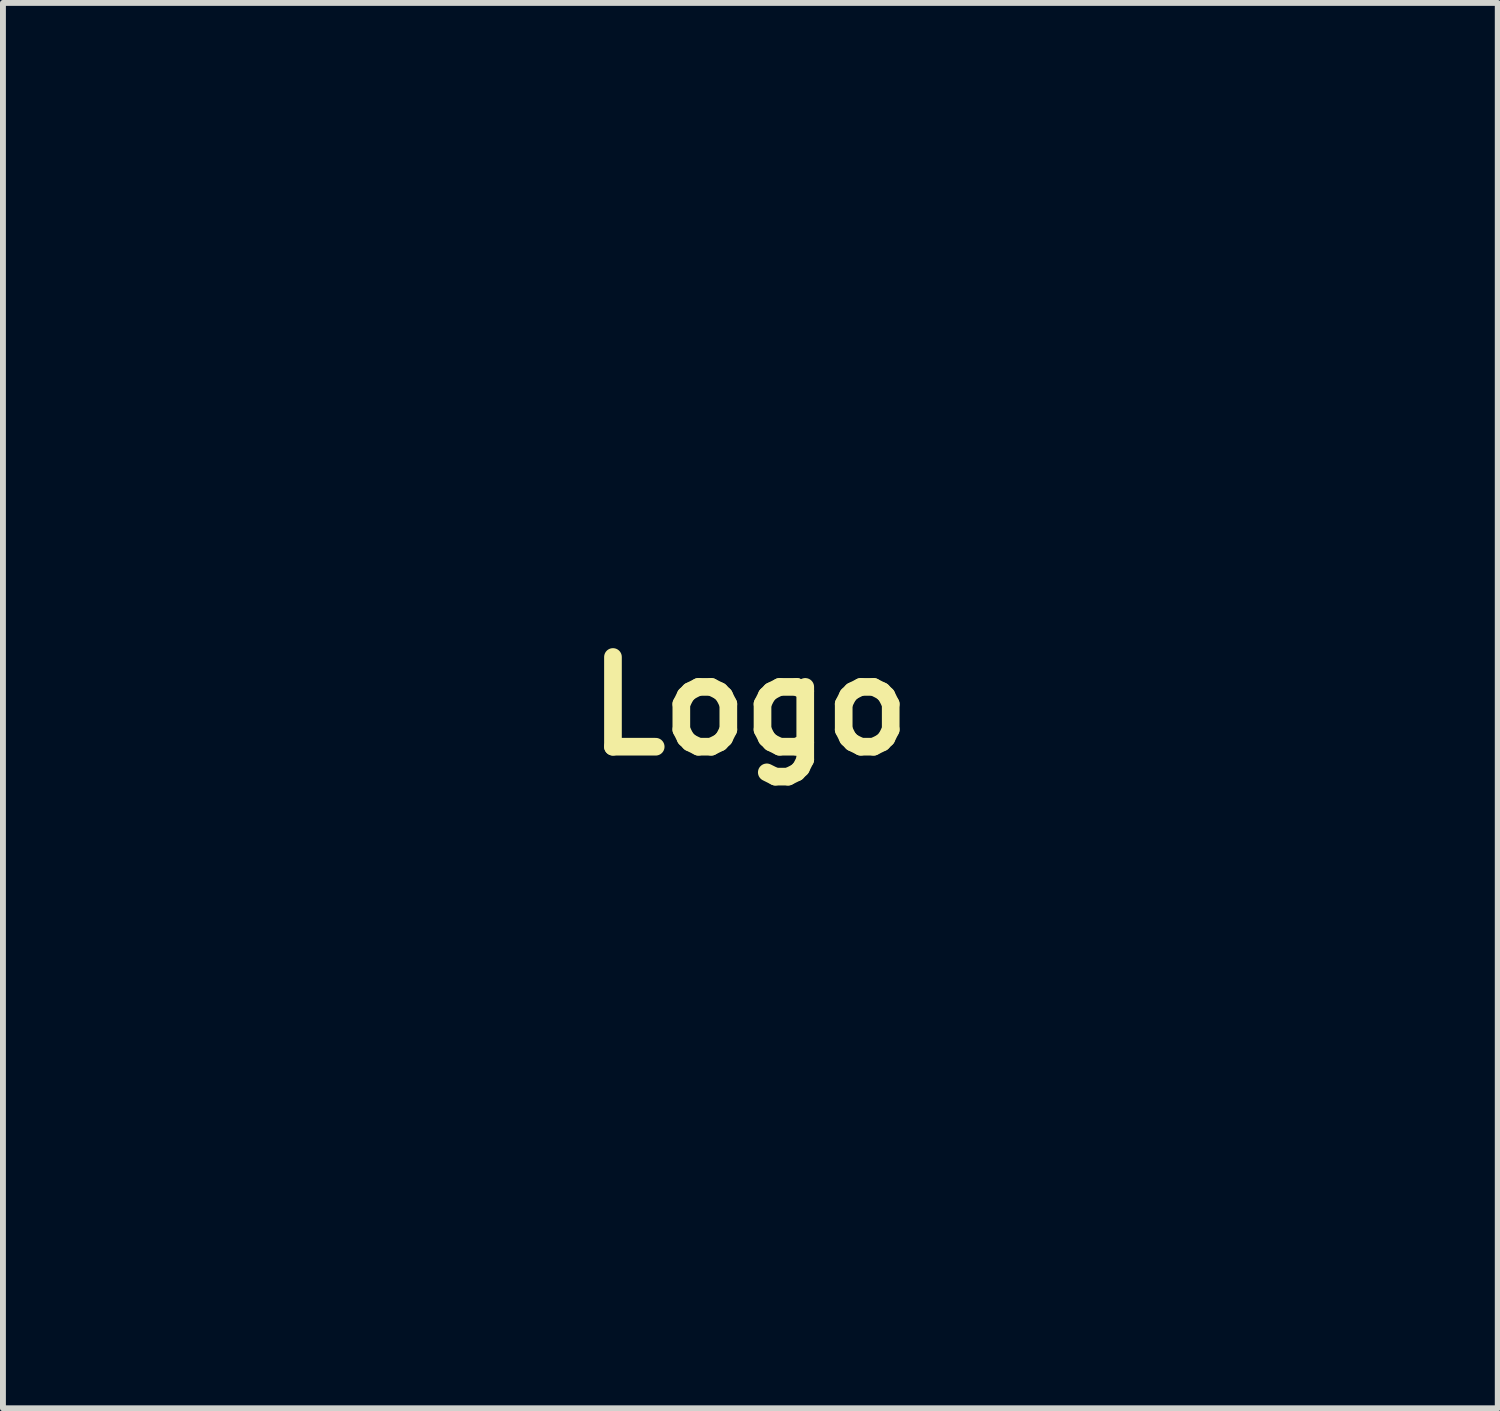
<source format=kicad_pcb>
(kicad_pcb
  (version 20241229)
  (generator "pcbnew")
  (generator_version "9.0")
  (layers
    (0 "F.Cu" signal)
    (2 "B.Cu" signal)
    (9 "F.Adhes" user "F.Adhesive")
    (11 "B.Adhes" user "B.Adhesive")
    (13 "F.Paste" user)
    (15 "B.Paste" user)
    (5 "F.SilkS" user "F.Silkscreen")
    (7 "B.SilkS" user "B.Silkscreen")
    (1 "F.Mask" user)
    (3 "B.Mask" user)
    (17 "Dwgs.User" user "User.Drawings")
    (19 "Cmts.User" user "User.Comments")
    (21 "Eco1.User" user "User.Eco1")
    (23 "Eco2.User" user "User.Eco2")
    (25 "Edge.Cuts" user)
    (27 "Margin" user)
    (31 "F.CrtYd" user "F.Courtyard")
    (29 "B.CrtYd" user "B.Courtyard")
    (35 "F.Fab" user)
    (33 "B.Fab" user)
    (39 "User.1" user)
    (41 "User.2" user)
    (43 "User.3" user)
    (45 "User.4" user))
  (footprint "Logo"
    (layer "F.Cu")
    (at 9.683 8.943)
    (property "Reference" "Logo" (at 0 0 0) (layer "F.SilkS") (effects (font (size 1.524 1.524) (thickness 0.3))))
    (attr through_hole)
    (fp_poly (pts (xy -6.338 0.792) (xy -6.336 0.969) (xy -6.335 1.172) (xy -6.336 1.378) (xy -6.337 1.568) (xy -6.338 1.637) (xy -6.344 2.058) (xy -7.023 1.666) (xy -7.185 1.572) (xy -7.336 1.484) (xy -7.472 1.405) (xy -7.586 1.338) (xy -7.674 1.285) (xy -7.732 1.251) (xy -7.751 1.239) (xy -7.762 1.229) (xy -7.765 1.218) (xy -7.757 1.202) (xy -7.734 1.181) (xy -7.691 1.151) (xy -7.627 1.11) (xy -7.537 1.055) (xy -7.418 0.985) (xy -7.266 0.897) (xy -7.077 0.789) (xy -7.072 0.786) (xy -6.344 0.367)) (stroke (width 0) (type solid)) (fill yes) (layer "F.Mask"))
    (fp_poly (pts (xy 0.803 -1.932) (xy 0.024 -1.482) (xy -0.148 -1.383) (xy -0.307 -1.291) (xy -0.45 -1.21) (xy -0.571 -1.141) (xy -0.667 -1.087) (xy -0.733 -1.05) (xy -0.765 -1.033) (xy -0.767 -1.033) (xy -0.77 -1.055) (xy -0.772 -1.118) (xy -0.774 -1.217) (xy -0.775 -1.348) (xy -0.776 -1.504) (xy -0.776 -1.683) (xy -0.775 -1.878) (xy -0.775 -1.942) (xy -0.769 -2.851) (xy -0.505 -3.005) (xy -0.409 -3.06) (xy -0.283 -3.134) (xy -0.135 -3.219) (xy 0.024 -3.311) (xy 0.185 -3.404) (xy 0.281 -3.459) (xy 0.803 -3.761)) (stroke (width 0) (type solid)) (fill yes) (layer "F.Mask"))
    (fp_poly (pts (xy -3.815 -2.427) (xy -3.656 -2.335) (xy -3.495 -2.242) (xy -3.339 -2.152) (xy -3.199 -2.071) (xy -3.083 -2.005) (xy -3.029 -1.974) (xy -2.765 -1.822) (xy -2.758 -1.536) (xy -2.752 -1.25) (xy -3.527 -0.805) (xy -3.699 -0.706) (xy -3.859 -0.614) (xy -4.002 -0.532) (xy -4.123 -0.463) (xy -4.219 -0.407) (xy -4.286 -0.37) (xy -4.317 -0.352) (xy -4.319 -0.35) (xy -4.323 -0.371) (xy -4.326 -0.433) (xy -4.329 -0.533) (xy -4.331 -0.666) (xy -4.333 -0.827) (xy -4.335 -1.014) (xy -4.336 -1.221) (xy -4.337 -1.445) (xy -4.337 -1.535) (xy -4.337 -2.728)) (stroke (width 0) (type solid)) (fill yes) (layer "F.Mask"))
    (fp_poly (pts (xy 4.349 3.831) (xy 4.353 3.892) (xy 4.356 3.986) (xy 4.358 4.105) (xy 4.359 4.244) (xy 4.36 4.302) (xy 4.359 4.447) (xy 4.357 4.575) (xy 4.353 4.679) (xy 4.349 4.753) (xy 4.344 4.791) (xy 4.342 4.794) (xy 4.318 4.783) (xy 4.261 4.751) (xy 4.176 4.704) (xy 4.07 4.643) (xy 3.949 4.573) (xy 3.913 4.552) (xy 3.789 4.48) (xy 3.68 4.416) (xy 3.59 4.363) (xy 3.527 4.325) (xy 3.495 4.305) (xy 3.493 4.304) (xy 3.51 4.291) (xy 3.559 4.259) (xy 3.635 4.213) (xy 3.729 4.157) (xy 3.836 4.094) (xy 3.948 4.029) (xy 4.058 3.966) (xy 4.159 3.908) (xy 4.245 3.86) (xy 4.308 3.826) (xy 4.341 3.81) (xy 4.344 3.809)) (stroke (width 0) (type solid)) (fill yes) (layer "F.Mask"))
    (fp_poly (pts (xy 4.956 1.278) (xy 4.955 1.847) (xy 4.698 1.994) (xy 4.597 2.052) (xy 4.508 2.106) (xy 4.439 2.148) (xy 4.401 2.174) (xy 4.4 2.175) (xy 4.388 2.189) (xy 4.379 2.21) (xy 4.372 2.244) (xy 4.367 2.296) (xy 4.363 2.371) (xy 4.361 2.474) (xy 4.36 2.61) (xy 4.359 2.784) (xy 4.359 2.889) (xy 4.358 3.568) (xy 3.976 3.786) (xy 3.847 3.859) (xy 3.725 3.929) (xy 3.617 3.99) (xy 3.533 4.039) (xy 3.483 4.067) (xy 3.373 4.131) (xy 3.373 2.874) (xy 3.374 1.618) (xy 4.031 1.239) (xy 4.196 1.144) (xy 4.354 1.053) (xy 4.499 0.97) (xy 4.626 0.897) (xy 4.728 0.839) (xy 4.799 0.798) (xy 4.822 0.785) (xy 4.956 0.709)) (stroke (width 0) (type solid)) (fill yes) (layer "F.Mask"))
    (fp_poly (pts (xy 4.601 2.443) (xy 4.659 2.475) (xy 4.747 2.525) (xy 4.862 2.59) (xy 5 2.668) (xy 5.155 2.758) (xy 5.324 2.855) (xy 5.371 2.882) (xy 6.149 3.331) (xy 6.149 4.58) (xy 6.149 4.814) (xy 6.148 5.034) (xy 6.147 5.236) (xy 6.145 5.415) (xy 6.143 5.567) (xy 6.14 5.687) (xy 6.137 5.773) (xy 6.134 5.819) (xy 6.132 5.827) (xy 6.109 5.815) (xy 6.051 5.783) (xy 5.961 5.733) (xy 5.846 5.667) (xy 5.708 5.588) (xy 5.552 5.499) (xy 5.383 5.401) (xy 5.34 5.377) (xy 4.566 4.928) (xy 4.566 3.68) (xy 4.566 3.446) (xy 4.567 3.226) (xy 4.568 3.024) (xy 4.569 2.845) (xy 4.571 2.693) (xy 4.573 2.572) (xy 4.575 2.486) (xy 4.578 2.439) (xy 4.579 2.432)) (stroke (width 0) (type solid)) (fill yes) (layer "F.Mask"))
    (fp_poly (pts (xy 7.925 2.455) (xy 7.928 2.519) (xy 7.931 2.62) (xy 7.933 2.755) (xy 7.935 2.919) (xy 7.937 3.108) (xy 7.938 3.318) (xy 7.939 3.545) (xy 7.939 3.679) (xy 7.939 4.925) (xy 7.167 5.371) (xy 6.996 5.47) (xy 6.836 5.562) (xy 6.694 5.644) (xy 6.572 5.713) (xy 6.476 5.768) (xy 6.41 5.806) (xy 6.378 5.823) (xy 6.376 5.824) (xy 6.372 5.803) (xy 6.368 5.74) (xy 6.365 5.638) (xy 6.363 5.501) (xy 6.362 5.332) (xy 6.361 5.135) (xy 6.36 4.913) (xy 6.361 4.67) (xy 6.361 4.577) (xy 6.367 3.322) (xy 7.136 2.877) (xy 7.307 2.779) (xy 7.466 2.688) (xy 7.608 2.607) (xy 7.728 2.538) (xy 7.824 2.485) (xy 7.889 2.449) (xy 7.92 2.433) (xy 7.922 2.433)) (stroke (width 0) (type solid)) (fill yes) (layer "F.Mask"))
    (fp_poly (pts (xy 9.684 6.217) (xy 9.69 6.234) (xy 9.696 6.266) (xy 9.699 6.319) (xy 9.702 6.396) (xy 9.704 6.502) (xy 9.705 6.64) (xy 9.706 6.814) (xy 9.706 7.029) (xy 9.706 7.107) (xy 9.706 8.021) (xy 8.934 8.467) (xy 8.762 8.567) (xy 8.602 8.659) (xy 8.46 8.741) (xy 8.338 8.811) (xy 8.242 8.866) (xy 8.176 8.903) (xy 8.144 8.921) (xy 8.142 8.922) (xy 8.138 8.901) (xy 8.134 8.84) (xy 8.131 8.742) (xy 8.129 8.613) (xy 8.128 8.457) (xy 8.127 8.279) (xy 8.128 8.084) (xy 8.128 8.017) (xy 8.134 7.104) (xy 8.88 6.672) (xy 9.049 6.573) (xy 9.208 6.482) (xy 9.35 6.399) (xy 9.471 6.329) (xy 9.567 6.273) (xy 9.633 6.235) (xy 9.665 6.217) (xy 9.666 6.217) (xy 9.676 6.213)) (stroke (width 0) (type solid)) (fill yes) (layer "F.Mask"))
    (fp_poly (pts (xy -4.303 2.099) (xy -4.246 2.131) (xy -4.158 2.18) (xy -4.043 2.246) (xy -3.905 2.324) (xy -3.75 2.413) (xy -3.581 2.511) (xy -3.533 2.538) (xy -2.753 2.988) (xy -2.753 4.924) (xy -3.525 5.37) (xy -3.697 5.47) (xy -3.856 5.561) (xy -3.999 5.643) (xy -4.12 5.713) (xy -4.216 5.768) (xy -4.283 5.806) (xy -4.315 5.823) (xy -4.317 5.824) (xy -4.32 5.803) (xy -4.323 5.739) (xy -4.326 5.635) (xy -4.328 5.495) (xy -4.33 5.322) (xy -4.332 5.118) (xy -4.334 4.887) (xy -4.335 4.632) (xy -4.336 4.357) (xy -4.337 4.063) (xy -4.337 3.96) (xy -4.336 3.671) (xy -4.336 3.396) (xy -4.335 3.138) (xy -4.335 2.901) (xy -4.333 2.687) (xy -4.332 2.5) (xy -4.331 2.344) (xy -4.329 2.222) (xy -4.328 2.137) (xy -4.326 2.094) (xy -4.325 2.088)) (stroke (width 0) (type solid)) (fill yes) (layer "F.Mask"))
    (fp_poly (pts (xy 4.061 0.062) (xy 4.233 0.162) (xy 4.391 0.255) (xy 4.533 0.338) (xy 4.653 0.409) (xy 4.746 0.465) (xy 4.81 0.505) (xy 4.84 0.525) (xy 4.841 0.526) (xy 4.822 0.54) (xy 4.769 0.573) (xy 4.686 0.624) (xy 4.579 0.687) (xy 4.453 0.761) (xy 4.314 0.843) (xy 4.167 0.929) (xy 4.017 1.016) (xy 3.869 1.102) (xy 3.729 1.182) (xy 3.602 1.254) (xy 3.493 1.316) (xy 3.42 1.356) (xy 3.27 1.438) (xy 2.495 0.989) (xy 2.324 0.889) (xy 2.167 0.797) (xy 2.027 0.713) (xy 1.909 0.642) (xy 1.817 0.585) (xy 1.755 0.545) (xy 1.727 0.524) (xy 1.727 0.523) (xy 1.747 0.508) (xy 1.803 0.473) (xy 1.89 0.42) (xy 2.004 0.352) (xy 2.141 0.271) (xy 2.296 0.181) (xy 2.464 0.083) (xy 2.506 0.058) (xy 3.28 -0.389)) (stroke (width 0) (type solid)) (fill yes) (layer "F.Mask"))
    (fp_poly (pts (xy 1.4 1.27) (xy 1.4 2.184) (xy 1.399 2.383) (xy 1.399 2.568) (xy 1.398 2.733) (xy 1.398 2.872) (xy 1.397 2.982) (xy 1.396 3.058) (xy 1.394 3.094) (xy 1.394 3.096) (xy 1.374 3.085) (xy 1.316 3.052) (xy 1.223 2.998) (xy 1.097 2.926) (xy 0.941 2.836) (xy 0.755 2.729) (xy 0.544 2.607) (xy 0.309 2.471) (xy 0.051 2.322) (xy -0.225 2.162) (xy -0.519 1.993) (xy -0.828 1.814) (xy -1.15 1.628) (xy -1.417 1.474) (xy -1.747 1.283) (xy -2.067 1.098) (xy -2.373 0.92) (xy -2.663 0.752) (xy -2.936 0.594) (xy -3.189 0.447) (xy -3.419 0.312) (xy -3.625 0.192) (xy -3.805 0.088) (xy -3.955 -0.000493) (xy -4.074 -0.071) (xy -4.159 -0.121) (xy -4.209 -0.152) (xy -4.222 -0.16) (xy -4.203 -0.174) (xy -4.148 -0.208) (xy -4.062 -0.26) (xy -3.949 -0.327) (xy -3.813 -0.407) (xy -3.659 -0.498) (xy -3.49 -0.595) (xy -3.441 -0.624) (xy -2.661 -1.074)) (stroke (width 0) (type solid)) (fill yes) (layer "F.Mask"))
    (fp_poly (pts (xy 1.763 0.798) (xy 1.916 0.887) (xy 2.079 0.981) (xy 2.246 1.077) (xy 2.413 1.174) (xy 2.574 1.268) (xy 2.726 1.356) (xy 2.862 1.435) (xy 2.978 1.503) (xy 3.07 1.557) (xy 3.132 1.594) (xy 3.16 1.611) (xy 3.161 1.612) (xy 3.167 1.627) (xy 3.173 1.662) (xy 3.177 1.722) (xy 3.181 1.808) (xy 3.184 1.923) (xy 3.186 2.071) (xy 3.188 2.255) (xy 3.189 2.477) (xy 3.189 2.741) (xy 3.189 2.871) (xy 3.189 3.151) (xy 3.188 3.389) (xy 3.187 3.586) (xy 3.185 3.747) (xy 3.183 3.873) (xy 3.18 3.969) (xy 3.176 4.037) (xy 3.171 4.08) (xy 3.165 4.102) (xy 3.161 4.105) (xy 3.135 4.094) (xy 3.074 4.062) (xy 2.983 4.011) (xy 2.865 3.946) (xy 2.726 3.867) (xy 2.569 3.778) (xy 2.4 3.681) (xy 2.37 3.664) (xy 1.608 3.224) (xy 1.607 1.966) (xy 1.607 1.731) (xy 1.608 1.511) (xy 1.609 1.309) (xy 1.611 1.13) (xy 1.613 0.978) (xy 1.615 0.858) (xy 1.618 0.772) (xy 1.621 0.726) (xy 1.623 0.718)) (stroke (width 0) (type solid)) (fill yes) (layer "F.Mask"))
    (fp_poly (pts (xy 6.278 1.353) (xy 6.338 1.384) (xy 6.427 1.433) (xy 6.538 1.495) (xy 6.667 1.568) (xy 6.809 1.649) (xy 6.958 1.736) (xy 7.11 1.824) (xy 7.259 1.912) (xy 7.4 1.995) (xy 7.528 2.072) (xy 7.638 2.139) (xy 7.724 2.193) (xy 7.782 2.231) (xy 7.807 2.25) (xy 7.807 2.251) (xy 7.781 2.268) (xy 7.722 2.304) (xy 7.633 2.357) (xy 7.52 2.423) (xy 7.39 2.499) (xy 7.246 2.582) (xy 7.095 2.669) (xy 6.942 2.756) (xy 6.792 2.842) (xy 6.651 2.922) (xy 6.524 2.994) (xy 6.417 3.054) (xy 6.334 3.1) (xy 6.281 3.128) (xy 6.265 3.136) (xy 6.238 3.127) (xy 6.176 3.097) (xy 6.083 3.048) (xy 5.964 2.984) (xy 5.824 2.907) (xy 5.667 2.819) (xy 5.498 2.722) (xy 5.474 2.708) (xy 5.304 2.61) (xy 5.146 2.518) (xy 5.005 2.436) (xy 4.886 2.366) (xy 4.792 2.31) (xy 4.729 2.272) (xy 4.7 2.254) (xy 4.699 2.253) (xy 4.714 2.238) (xy 4.764 2.204) (xy 4.844 2.153) (xy 4.948 2.089) (xy 5.072 2.014) (xy 5.21 1.931) (xy 5.357 1.844) (xy 5.508 1.755) (xy 5.658 1.668) (xy 5.802 1.585) (xy 5.935 1.51) (xy 6.05 1.445) (xy 6.145 1.393) (xy 6.212 1.358) (xy 6.248 1.343) (xy 6.251 1.342)) (stroke (width 0) (type solid)) (fill yes) (layer "F.Mask"))
    (fp_poly (pts (xy 8.059 5.128) (xy 8.118 5.159) (xy 8.206 5.207) (xy 8.318 5.269) (xy 8.447 5.342) (xy 8.59 5.423) (xy 8.74 5.509) (xy 8.893 5.597) (xy 9.043 5.684) (xy 9.184 5.767) (xy 9.313 5.842) (xy 9.423 5.908) (xy 9.51 5.961) (xy 9.567 5.997) (xy 9.591 6.014) (xy 9.591 6.015) (xy 9.572 6.028) (xy 9.518 6.062) (xy 9.435 6.112) (xy 9.328 6.176) (xy 9.201 6.25) (xy 9.061 6.333) (xy 8.912 6.42) (xy 8.76 6.509) (xy 8.609 6.597) (xy 8.465 6.68) (xy 8.332 6.756) (xy 8.218 6.822) (xy 8.125 6.874) (xy 8.06 6.91) (xy 8.028 6.927) (xy 8.025 6.927) (xy 8.005 6.916) (xy 7.949 6.884) (xy 7.862 6.834) (xy 7.748 6.768) (xy 7.612 6.689) (xy 7.458 6.6) (xy 7.29 6.503) (xy 7.251 6.48) (xy 7.08 6.381) (xy 6.922 6.288) (xy 6.781 6.205) (xy 6.662 6.134) (xy 6.569 6.078) (xy 6.506 6.038) (xy 6.478 6.019) (xy 6.477 6.017) (xy 6.494 6.002) (xy 6.547 5.968) (xy 6.629 5.917) (xy 6.736 5.853) (xy 6.862 5.779) (xy 7.002 5.696) (xy 7.15 5.61) (xy 7.302 5.522) (xy 7.453 5.435) (xy 7.597 5.353) (xy 7.729 5.279) (xy 7.843 5.215) (xy 7.935 5.165) (xy 8 5.131) (xy 8.032 5.117) (xy 8.033 5.117)) (stroke (width 0) (type solid)) (fill yes) (layer "F.Mask"))
    (fp_poly (pts (xy -9.57 -7.809) (xy -9.54 -7.791) (xy -9.471 -7.752) (xy -9.367 -7.692) (xy -9.228 -7.612) (xy -9.058 -7.513) (xy -8.857 -7.397) (xy -8.627 -7.265) (xy -8.372 -7.117) (xy -8.091 -6.955) (xy -7.788 -6.78) (xy -7.464 -6.593) (xy -7.12 -6.395) (xy -6.76 -6.187) (xy -6.385 -5.971) (xy -5.996 -5.746) (xy -5.596 -5.515) (xy -5.223 -5.3) (xy -0.988 -2.857) (xy -0.987 -1.945) (xy -0.988 -1.745) (xy -0.989 -1.561) (xy -0.99 -1.397) (xy -0.993 -1.257) (xy -0.996 -1.148) (xy -0.999 -1.073) (xy -1.003 -1.037) (xy -1.004 -1.035) (xy -1.027 -1.047) (xy -1.085 -1.079) (xy -1.174 -1.129) (xy -1.289 -1.195) (xy -1.427 -1.274) (xy -1.581 -1.364) (xy -1.749 -1.462) (xy -1.778 -1.478) (xy -1.944 -1.575) (xy -2.148 -1.693) (xy -2.385 -1.831) (xy -2.655 -1.987) (xy -2.953 -2.16) (xy -3.278 -2.348) (xy -3.627 -2.549) (xy -3.996 -2.763) (xy -4.385 -2.987) (xy -4.789 -3.221) (xy -5.206 -3.462) (xy -5.633 -3.708) (xy -6.068 -3.959) (xy -6.508 -4.213) (xy -6.951 -4.469) (xy -7.393 -4.724) (xy -7.833 -4.977) (xy -7.847 -4.985) (xy -8.099 -5.13) (xy -8.341 -5.269) (xy -8.571 -5.402) (xy -8.785 -5.525) (xy -8.98 -5.638) (xy -9.152 -5.737) (xy -9.299 -5.822) (xy -9.418 -5.891) (xy -9.504 -5.94) (xy -9.554 -5.97) (xy -9.562 -5.974) (xy -9.683 -6.045) (xy -9.683 -7.874)) (stroke (width 0) (type solid)) (fill yes) (layer "F.Mask"))
    (fp_poly (pts (xy -5.335 -3.305) (xy -4.555 -2.854) (xy -4.549 1.487) (xy -4.548 1.93) (xy -4.548 2.36) (xy -4.548 2.776) (xy -4.548 3.174) (xy -4.548 3.554) (xy -4.548 3.912) (xy -4.549 4.246) (xy -4.55 4.555) (xy -4.551 4.836) (xy -4.552 5.086) (xy -4.553 5.304) (xy -4.554 5.487) (xy -4.555 5.633) (xy -4.557 5.74) (xy -4.559 5.805) (xy -4.56 5.827) (xy -4.583 5.815) (xy -4.642 5.783) (xy -4.731 5.733) (xy -4.847 5.667) (xy -4.985 5.588) (xy -5.142 5.498) (xy -5.312 5.4) (xy -5.366 5.369) (xy -6.154 4.913) (xy -7.035 3.386) (xy -7.916 1.86) (xy -7.916 1.627) (xy -7.915 1.518) (xy -7.91 1.449) (xy -7.902 1.413) (xy -7.888 1.405) (xy -7.887 1.406) (xy -7.861 1.42) (xy -7.8 1.454) (xy -7.708 1.506) (xy -7.59 1.573) (xy -7.449 1.654) (xy -7.291 1.745) (xy -7.119 1.844) (xy -7.059 1.879) (xy -6.884 1.98) (xy -6.719 2.073) (xy -6.571 2.156) (xy -6.443 2.227) (xy -6.339 2.282) (xy -6.265 2.321) (xy -6.225 2.339) (xy -6.219 2.34) (xy -6.17 2.324) (xy -6.152 2.309) (xy -6.148 2.29) (xy -6.144 2.241) (xy -6.141 2.162) (xy -6.138 2.05) (xy -6.135 1.905) (xy -6.132 1.726) (xy -6.13 1.51) (xy -6.128 1.256) (xy -6.126 0.964) (xy -6.125 0.632) (xy -6.123 0.258) (xy -6.122 -0.159) (xy -6.121 -0.62) (xy -6.121 -0.739) (xy -6.115 -3.756)) (stroke (width 0) (type solid)) (fill yes) (layer "F.Mask"))
    (fp_poly (pts (xy -4.298 0.043) (xy -4.239 0.077) (xy -4.145 0.131) (xy -4.019 0.204) (xy -3.861 0.295) (xy -3.676 0.402) (xy -3.464 0.525) (xy -3.229 0.66) (xy -2.973 0.808) (xy -2.697 0.968) (xy -2.405 1.136) (xy -2.099 1.313) (xy -1.78 1.497) (xy -1.452 1.687) (xy -1.116 1.881) (xy -0.775 2.078) (xy -0.431 2.277) (xy -0.086 2.476) (xy 0.257 2.674) (xy 0.596 2.869) (xy 0.928 3.061) (xy 1.252 3.249) (xy 1.565 3.429) (xy 1.865 3.602) (xy 2.149 3.767) (xy 2.283 3.844) (xy 2.514 3.977) (xy 2.776 4.128) (xy 3.057 4.291) (xy 3.349 4.46) (xy 3.642 4.629) (xy 3.926 4.793) (xy 4.192 4.947) (xy 4.348 5.037) (xy 4.584 5.173) (xy 4.851 5.327) (xy 5.139 5.494) (xy 5.442 5.668) (xy 5.748 5.845) (xy 6.051 6.019) (xy 6.34 6.186) (xy 6.607 6.34) (xy 6.654 6.366) (xy 6.872 6.492) (xy 7.079 6.611) (xy 7.27 6.722) (xy 7.443 6.823) (xy 7.595 6.911) (xy 7.72 6.985) (xy 7.817 7.042) (xy 7.881 7.081) (xy 7.91 7.099) (xy 7.911 7.099) (xy 7.918 7.116) (xy 7.924 7.154) (xy 7.929 7.216) (xy 7.932 7.305) (xy 7.934 7.426) (xy 7.935 7.582) (xy 7.935 7.776) (xy 7.934 8.012) (xy 7.933 8.026) (xy 7.927 8.926) (xy 6.252 7.959) (xy 5.97 7.796) (xy 5.677 7.627) (xy 5.381 7.456) (xy 5.086 7.286) (xy 4.799 7.12) (xy 4.524 6.961) (xy 4.267 6.813) (xy 4.033 6.678) (xy 3.828 6.56) (xy 3.659 6.462) (xy 3.538 6.392) (xy 3.381 6.302) (xy 3.19 6.191) (xy 2.967 6.063) (xy 2.715 5.917) (xy 2.437 5.757) (xy 2.137 5.583) (xy 1.815 5.398) (xy 1.476 5.202) (xy 1.121 4.997) (xy 0.755 4.786) (xy 0.379 4.569) (xy -0.004 4.347) (xy -0.391 4.124) (xy -0.779 3.9) (xy -0.798 3.889) (xy -4.336 1.847) (xy -4.336 0.934) (xy -4.336 0.734) (xy -4.335 0.551) (xy -4.333 0.387) (xy -4.331 0.249) (xy -4.328 0.141) (xy -4.324 0.067) (xy -4.321 0.032) (xy -4.319 0.031)) (stroke (width 0) (type solid)) (fill yes) (layer "F.Mask"))
    (fp_poly (pts (xy -7.966 -8.93) (xy -7.905 -8.897) (xy -7.81 -8.842) (xy -7.681 -8.769) (xy -7.522 -8.678) (xy -7.333 -8.57) (xy -7.119 -8.447) (xy -6.88 -8.309) (xy -6.619 -8.159) (xy -6.338 -7.998) (xy -6.04 -7.826) (xy -5.726 -7.646) (xy -5.399 -7.457) (xy -5.061 -7.263) (xy -4.715 -7.063) (xy -4.361 -6.859) (xy -4.004 -6.653) (xy -3.644 -6.446) (xy -3.284 -6.238) (xy -2.927 -6.032) (xy -2.574 -5.829) (xy -2.228 -5.629) (xy -1.891 -5.434) (xy -1.565 -5.246) (xy -1.252 -5.065) (xy -0.955 -4.893) (xy -0.676 -4.732) (xy -0.417 -4.582) (xy -0.18 -4.444) (xy 0.033 -4.321) (xy 0.219 -4.213) (xy 0.376 -4.122) (xy 0.503 -4.048) (xy 0.596 -3.993) (xy 0.653 -3.959) (xy 0.673 -3.947) (xy 0.657 -3.933) (xy 0.607 -3.899) (xy 0.527 -3.849) (xy 0.422 -3.785) (xy 0.298 -3.71) (xy 0.16 -3.627) (xy 0.013 -3.54) (xy -0.139 -3.451) (xy -0.289 -3.363) (xy -0.434 -3.279) (xy -0.567 -3.203) (xy -0.683 -3.137) (xy -0.779 -3.085) (xy -0.847 -3.049) (xy -0.884 -3.032) (xy -0.888 -3.031) (xy -0.909 -3.043) (xy -0.969 -3.076) (xy -1.064 -3.13) (xy -1.194 -3.205) (xy -1.356 -3.298) (xy -1.548 -3.408) (xy -1.77 -3.536) (xy -2.019 -3.679) (xy -2.293 -3.837) (xy -2.59 -4.008) (xy -2.909 -4.192) (xy -3.248 -4.388) (xy -3.604 -4.594) (xy -3.977 -4.809) (xy -4.364 -5.033) (xy -4.764 -5.264) (xy -5.175 -5.501) (xy -5.237 -5.537) (xy -5.649 -5.775) (xy -6.05 -6.008) (xy -6.439 -6.233) (xy -6.814 -6.449) (xy -7.172 -6.657) (xy -7.513 -6.855) (xy -7.834 -7.041) (xy -8.133 -7.215) (xy -8.41 -7.375) (xy -8.661 -7.521) (xy -8.885 -7.652) (xy -9.081 -7.766) (xy -9.247 -7.863) (xy -9.38 -7.941) (xy -9.479 -7.999) (xy -9.542 -8.037) (xy -9.567 -8.053) (xy -9.568 -8.053) (xy -9.548 -8.069) (xy -9.494 -8.105) (xy -9.41 -8.156) (xy -9.301 -8.22) (xy -9.173 -8.294) (xy -9.031 -8.376) (xy -8.88 -8.462) (xy -8.726 -8.549) (xy -8.573 -8.634) (xy -8.428 -8.714) (xy -8.295 -8.787) (xy -8.179 -8.849) (xy -8.086 -8.898) (xy -8.021 -8.93) (xy -7.99 -8.943) (xy -7.988 -8.943)) (stroke (width 0) (type solid)) (fill yes) (layer "F.Mask")))
  (gr_rect
    (start -3 -3)
    (end 22.388 20.868)
    (stroke (width 0.1) (type default))
    (fill no)
    (layer "Edge.Cuts")))
</source>
